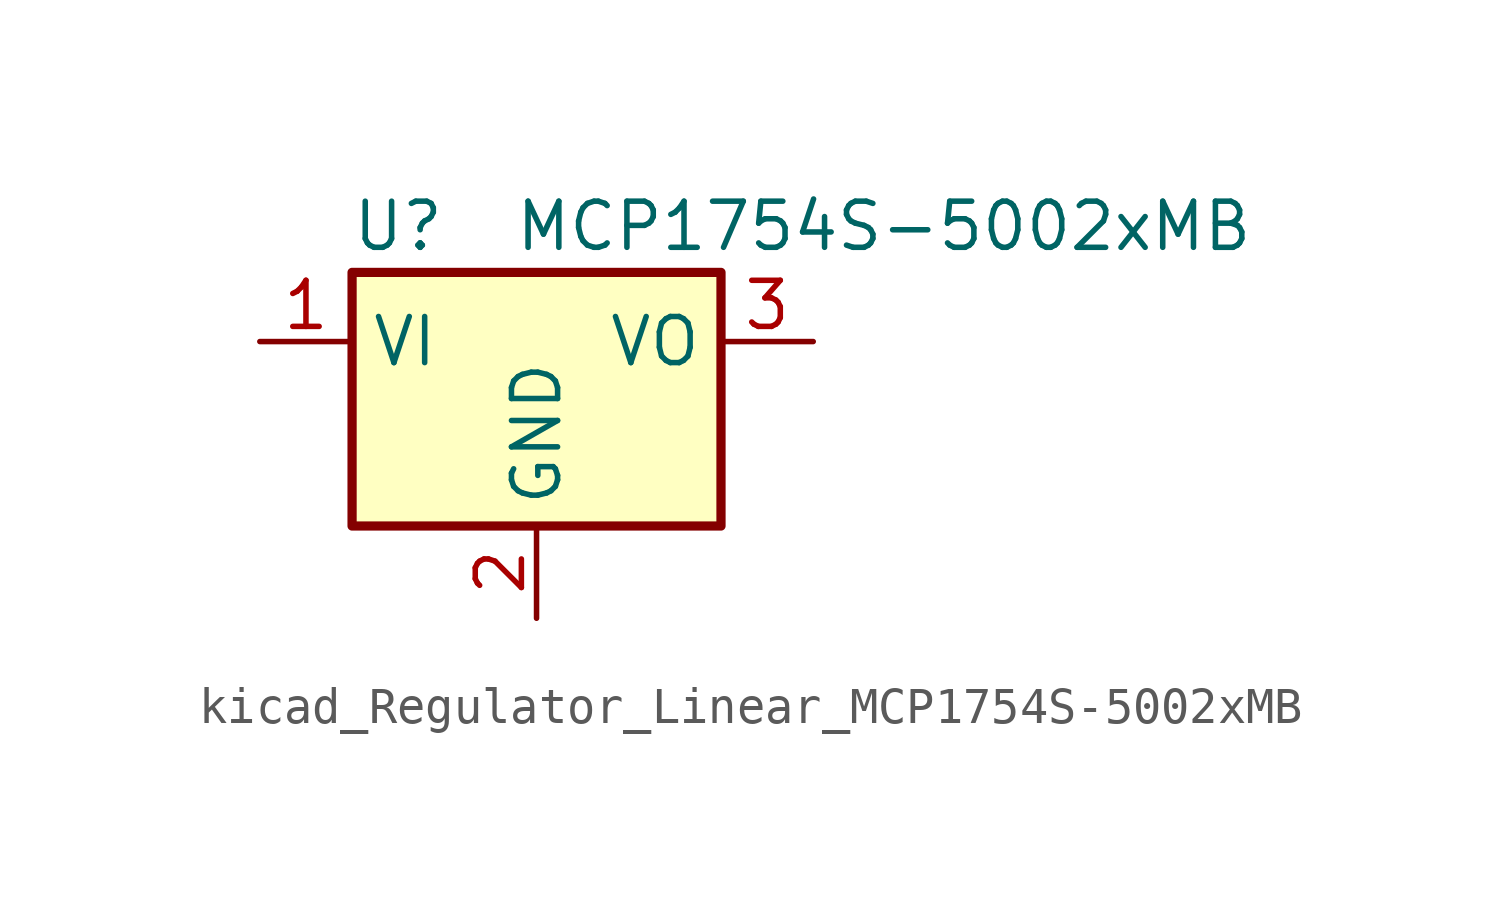
<source format=kicad_sym>
(kicad_symbol_lib
  (version 20220914)
  (generator kicad_symbol_editor)
  (symbol "kicad_Regulator_Linear_MCP1754S-5002xMB"
    (property "Reference" "U"
      (at -3.81 3.175 0)
      (effects (font (size 1.27 1.27))))
    (property "Value" "MCP1754S-5002xMB"
      (at -0.635 3.175 0)
      (effects (font (size 1.27 1.27)) (justify left)))
    (symbol "kicad_Regulator_Linear_MCP1754S-5002xMB_0_1"
      (rectangle (start -5.08 -5.08) (end 5.08 1.905) (stroke (width 0.254) (type default)) (fill (type background))))
    (symbol "kicad_Regulator_Linear_MCP1754S-5002xMB_1_1"
      (pin power_in line (at -7.62 0 0) (length 2.54) (name "VI" (effects (font (size 1.27 1.27)))) (number "1" (effects (font (size 1.27 1.27)))))
      (pin power_in line (at 0 -7.62 90) (length 2.54) (name "GND" (effects (font (size 1.27 1.27)))) (number "2" (effects (font (size 1.27 1.27)))))
      (pin power_out line (at 7.62 0 180) (length 2.54) (name "VO" (effects (font (size 1.27 1.27)))) (number "3" (effects (font (size 1.27 1.27))))))))
</source>
